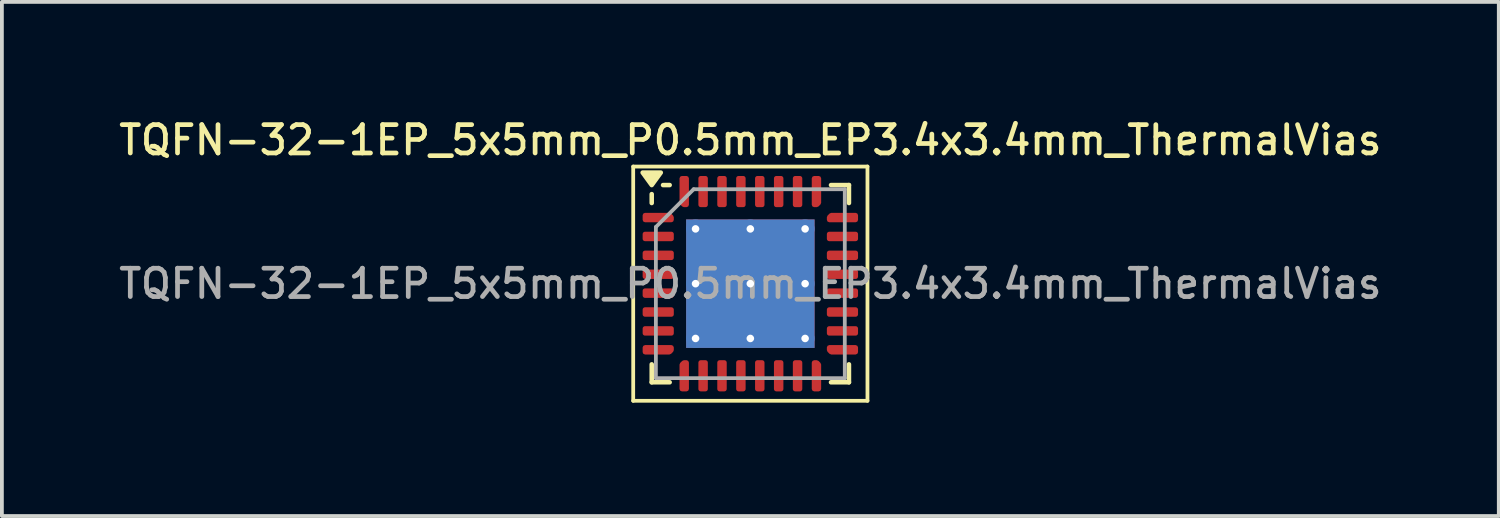
<source format=kicad_pcb>
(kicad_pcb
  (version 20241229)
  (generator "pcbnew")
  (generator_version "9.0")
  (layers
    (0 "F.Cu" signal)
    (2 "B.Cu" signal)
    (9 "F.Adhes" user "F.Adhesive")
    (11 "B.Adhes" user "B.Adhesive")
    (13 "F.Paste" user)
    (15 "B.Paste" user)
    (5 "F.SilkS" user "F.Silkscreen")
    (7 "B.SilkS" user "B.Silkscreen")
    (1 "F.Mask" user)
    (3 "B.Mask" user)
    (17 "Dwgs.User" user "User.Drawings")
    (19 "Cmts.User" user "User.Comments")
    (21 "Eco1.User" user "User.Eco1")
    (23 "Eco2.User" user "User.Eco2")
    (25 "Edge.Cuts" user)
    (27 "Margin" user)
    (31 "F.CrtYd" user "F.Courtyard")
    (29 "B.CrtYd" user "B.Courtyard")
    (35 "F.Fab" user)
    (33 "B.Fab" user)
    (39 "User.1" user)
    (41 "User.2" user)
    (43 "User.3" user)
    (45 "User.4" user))
  (footprint "TQFN-32-1EP_5x5mm_P0.5mm_EP3.4x3.4mm_ThermalVias"
    (layer "F.Cu")
    (at 16.809 4.458)
    (property "Reference" "TQFN-32-1EP_5x5mm_P0.5mm_EP3.4x3.4mm_ThermalVias" (at 0 -3.8 0) (layer "F.SilkS") (effects (font (size 0.75 0.75) (thickness 0.125))))
    (attr smd)
    (fp_line (start -3.1 -3.1) (end -3.1 3.1) (stroke (width 0.1) (type solid)) (layer "F.SilkS"))
    (fp_line (start -3.1 3.1) (end 3.1 3.1) (stroke (width 0.1) (type solid)) (layer "F.SilkS"))
    (fp_line (start -2.61 -2.135) (end -2.61 -2.37) (stroke (width 0.12) (type solid)) (layer "F.SilkS"))
    (fp_line (start -2.61 2.61) (end -2.61 2.135) (stroke (width 0.12) (type solid)) (layer "F.SilkS"))
    (fp_line (start -2.135 -2.61) (end -2.31 -2.61) (stroke (width 0.12) (type solid)) (layer "F.SilkS"))
    (fp_line (start -2.135 2.61) (end -2.61 2.61) (stroke (width 0.12) (type solid)) (layer "F.SilkS"))
    (fp_line (start 2.135 -2.61) (end 2.61 -2.61) (stroke (width 0.12) (type solid)) (layer "F.SilkS"))
    (fp_line (start 2.135 2.61) (end 2.61 2.61) (stroke (width 0.12) (type solid)) (layer "F.SilkS"))
    (fp_line (start 2.61 -2.61) (end 2.61 -2.135) (stroke (width 0.12) (type solid)) (layer "F.SilkS"))
    (fp_line (start 2.61 2.61) (end 2.61 2.135) (stroke (width 0.12) (type solid)) (layer "F.SilkS"))
    (fp_line (start 3.1 -3.1) (end -3.1 -3.1) (stroke (width 0.1) (type solid)) (layer "F.SilkS"))
    (fp_line (start 3.1 3.1) (end 3.1 -3.1) (stroke (width 0.1) (type solid)) (layer "F.SilkS"))
    (fp_poly (pts (xy -2.61 -2.61) (xy -2.85 -2.94) (xy -2.37 -2.94) (xy -2.61 -2.61)) (stroke (width 0.12) (type solid)) (fill yes) (layer "F.SilkS"))
    (fp_line (start -2.5 -1.5) (end -1.5 -2.5) (stroke (width 0.1) (type solid)) (layer "F.Fab"))
    (fp_line (start -2.5 2.5) (end -2.5 -1.5) (stroke (width 0.1) (type solid)) (layer "F.Fab"))
    (fp_line (start -1.5 -2.5) (end 2.5 -2.5) (stroke (width 0.1) (type solid)) (layer "F.Fab"))
    (fp_line (start 2.5 -2.5) (end 2.5 2.5) (stroke (width 0.1) (type solid)) (layer "F.Fab"))
    (fp_line (start 2.5 2.5) (end -2.5 2.5) (stroke (width 0.1) (type solid)) (layer "F.Fab"))
    (fp_text user "${REFERENCE}" (at 0 0 0) (layer "F.Fab") (effects (font (size 0.75 0.75) (thickness 0.125))))
    (pad "" smd roundrect (at -0.85 -0.85) (size 1.47 1.47) (layers "F.Paste") (roundrect_rratio 0.17))
    (pad "" smd roundrect (at -0.85 0.85) (size 1.47 1.47) (layers "F.Paste") (roundrect_rratio 0.17))
    (pad "" smd roundrect (at 0.85 -0.85) (size 1.47 1.47) (layers "F.Paste") (roundrect_rratio 0.17))
    (pad "" smd roundrect (at 0.85 0.85) (size 1.47 1.47) (layers "F.Paste") (roundrect_rratio 0.17))
    (pad "1" smd custom (at -2.438 -1.75) (size 0.186 0.186) (layers "F.Cu" "F.Mask" "F.Paste") (options (anchor circle)) (primitives (gr_poly (pts (xy -0.35 -0.062) (xy 0.297 -0.062) (xy 0.35 -0.009) (xy 0.35 0.062) (xy -0.35 0.062)) (width 0.125) (fill yes))))
    (pad "2" smd roundrect (at -2.438 -1.25) (size 0.825 0.25) (layers "F.Cu" "F.Mask" "F.Paste") (roundrect_rratio 0.25))
    (pad "3" smd roundrect (at -2.438 -0.75) (size 0.825 0.25) (layers "F.Cu" "F.Mask" "F.Paste") (roundrect_rratio 0.25))
    (pad "4" smd roundrect (at -2.438 -0.25) (size 0.825 0.25) (layers "F.Cu" "F.Mask" "F.Paste") (roundrect_rratio 0.25))
    (pad "5" smd roundrect (at -2.438 0.25) (size 0.825 0.25) (layers "F.Cu" "F.Mask" "F.Paste") (roundrect_rratio 0.25))
    (pad "6" smd roundrect (at -2.438 0.75) (size 0.825 0.25) (layers "F.Cu" "F.Mask" "F.Paste") (roundrect_rratio 0.25))
    (pad "7" smd roundrect (at -2.438 1.25) (size 0.825 0.25) (layers "F.Cu" "F.Mask" "F.Paste") (roundrect_rratio 0.25))
    (pad "8" smd custom (at -2.438 1.75) (size 0.186 0.186) (layers "F.Cu" "F.Mask" "F.Paste") (options (anchor circle)) (primitives (gr_poly (pts (xy -0.35 -0.062) (xy 0.35 -0.062) (xy 0.35 0.009) (xy 0.297 0.062) (xy -0.35 0.062)) (width 0.125) (fill yes))))
    (pad "9" smd custom (at -1.75 2.438) (size 0.186 0.186) (layers "F.Cu" "F.Mask" "F.Paste") (options (anchor circle)) (primitives (gr_poly (pts (xy -0.062 -0.297) (xy -0.009 -0.35) (xy 0.062 -0.35) (xy 0.062 0.35) (xy -0.062 0.35)) (width 0.125) (fill yes))))
    (pad "10" smd roundrect (at -1.25 2.438) (size 0.25 0.825) (layers "F.Cu" "F.Mask" "F.Paste") (roundrect_rratio 0.25))
    (pad "11" smd roundrect (at -0.75 2.438) (size 0.25 0.825) (layers "F.Cu" "F.Mask" "F.Paste") (roundrect_rratio 0.25))
    (pad "12" smd roundrect (at -0.25 2.438) (size 0.25 0.825) (layers "F.Cu" "F.Mask" "F.Paste") (roundrect_rratio 0.25))
    (pad "13" smd roundrect (at 0.25 2.438) (size 0.25 0.825) (layers "F.Cu" "F.Mask" "F.Paste") (roundrect_rratio 0.25))
    (pad "14" smd roundrect (at 0.75 2.438) (size 0.25 0.825) (layers "F.Cu" "F.Mask" "F.Paste") (roundrect_rratio 0.25))
    (pad "15" smd roundrect (at 1.25 2.438) (size 0.25 0.825) (layers "F.Cu" "F.Mask" "F.Paste") (roundrect_rratio 0.25))
    (pad "16" smd custom (at 1.75 2.438) (size 0.186 0.186) (layers "F.Cu" "F.Mask" "F.Paste") (options (anchor circle)) (primitives (gr_poly (pts (xy -0.062 -0.35) (xy 0.009 -0.35) (xy 0.062 -0.297) (xy 0.062 0.35) (xy -0.062 0.35)) (width 0.125) (fill yes))))
    (pad "17" smd custom (at 2.438 1.75) (size 0.186 0.186) (layers "F.Cu" "F.Mask" "F.Paste") (options (anchor circle)) (primitives (gr_poly (pts (xy -0.35 -0.062) (xy 0.35 -0.062) (xy 0.35 0.062) (xy -0.297 0.062) (xy -0.35 0.009)) (width 0.125) (fill yes))))
    (pad "18" smd roundrect (at 2.438 1.25) (size 0.825 0.25) (layers "F.Cu" "F.Mask" "F.Paste") (roundrect_rratio 0.25))
    (pad "19" smd roundrect (at 2.438 0.75) (size 0.825 0.25) (layers "F.Cu" "F.Mask" "F.Paste") (roundrect_rratio 0.25))
    (pad "20" smd roundrect (at 2.438 0.25) (size 0.825 0.25) (layers "F.Cu" "F.Mask" "F.Paste") (roundrect_rratio 0.25))
    (pad "21" smd roundrect (at 2.438 -0.25) (size 0.825 0.25) (layers "F.Cu" "F.Mask" "F.Paste") (roundrect_rratio 0.25))
    (pad "22" smd roundrect (at 2.438 -0.75) (size 0.825 0.25) (layers "F.Cu" "F.Mask" "F.Paste") (roundrect_rratio 0.25))
    (pad "23" smd roundrect (at 2.438 -1.25) (size 0.825 0.25) (layers "F.Cu" "F.Mask" "F.Paste") (roundrect_rratio 0.25))
    (pad "24" smd custom (at 2.438 -1.75) (size 0.186 0.186) (layers "F.Cu" "F.Mask" "F.Paste") (options (anchor circle)) (primitives (gr_poly (pts (xy -0.35 -0.009) (xy -0.297 -0.062) (xy 0.35 -0.062) (xy 0.35 0.062) (xy -0.35 0.062)) (width 0.125) (fill yes))))
    (pad "25" smd custom (at 1.75 -2.438) (size 0.186 0.186) (layers "F.Cu" "F.Mask" "F.Paste") (options (anchor circle)) (primitives (gr_poly (pts (xy -0.062 -0.35) (xy 0.062 -0.35) (xy 0.062 0.297) (xy 0.009 0.35) (xy -0.062 0.35)) (width 0.125) (fill yes))))
    (pad "26" smd roundrect (at 1.25 -2.438) (size 0.25 0.825) (layers "F.Cu" "F.Mask" "F.Paste") (roundrect_rratio 0.25))
    (pad "27" smd roundrect (at 0.75 -2.438) (size 0.25 0.825) (layers "F.Cu" "F.Mask" "F.Paste") (roundrect_rratio 0.25))
    (pad "28" smd roundrect (at 0.25 -2.438) (size 0.25 0.825) (layers "F.Cu" "F.Mask" "F.Paste") (roundrect_rratio 0.25))
    (pad "29" smd roundrect (at -0.25 -2.438) (size 0.25 0.825) (layers "F.Cu" "F.Mask" "F.Paste") (roundrect_rratio 0.25))
    (pad "30" smd roundrect (at -0.75 -2.438) (size 0.25 0.825) (layers "F.Cu" "F.Mask" "F.Paste") (roundrect_rratio 0.25))
    (pad "31" smd roundrect (at -1.25 -2.438) (size 0.25 0.825) (layers "F.Cu" "F.Mask" "F.Paste") (roundrect_rratio 0.25))
    (pad "32" smd custom (at -1.75 -2.438) (size 0.186 0.186) (layers "F.Cu" "F.Mask" "F.Paste") (options (anchor circle)) (primitives (gr_poly (pts (xy -0.062 -0.35) (xy 0.062 -0.35) (xy 0.062 0.35) (xy -0.009 0.35) (xy -0.062 0.297)) (width 0.125) (fill yes))))
    (pad "33" thru_hole circle (at -1.45 -1.45) (size 0.5 0.5) (drill 0.2) (property pad_prop_heatsink) (layers "*.Cu"))
    (pad "33" thru_hole circle (at -1.45 0) (size 0.5 0.5) (drill 0.2) (property pad_prop_heatsink) (layers "*.Cu"))
    (pad "33" thru_hole circle (at -1.45 1.45) (size 0.5 0.5) (drill 0.2) (property pad_prop_heatsink) (layers "*.Cu"))
    (pad "33" thru_hole circle (at 0 -1.45) (size 0.5 0.5) (drill 0.2) (property pad_prop_heatsink) (layers "*.Cu"))
    (pad "33" thru_hole circle (at 0 0) (size 0.5 0.5) (drill 0.2) (property pad_prop_heatsink) (layers "*.Cu"))
    (pad "33" smd rect (at 0 0) (size 3.4 3.4) (property pad_prop_heatsink) (layers "F.Cu" "F.Mask"))
    (pad "33" smd rect (at 0 0) (size 3.4 3.4) (property pad_prop_heatsink) (layers "B.Cu"))
    (pad "33" thru_hole circle (at 0 1.45) (size 0.5 0.5) (drill 0.2) (property pad_prop_heatsink) (layers "*.Cu"))
    (pad "33" thru_hole circle (at 1.45 -1.45) (size 0.5 0.5) (drill 0.2) (property pad_prop_heatsink) (layers "*.Cu"))
    (pad "33" thru_hole circle (at 1.45 0) (size 0.5 0.5) (drill 0.2) (property pad_prop_heatsink) (layers "*.Cu"))
    (pad "33" thru_hole circle (at 1.45 1.45) (size 0.5 0.5) (drill 0.2) (property pad_prop_heatsink) (layers "*.Cu")))
  (gr_rect
    (start -3 -3)
    (end 36.618 10.608)
    (stroke (width 0.1) (type default))
    (fill no)
    (layer "Edge.Cuts")))
</source>
